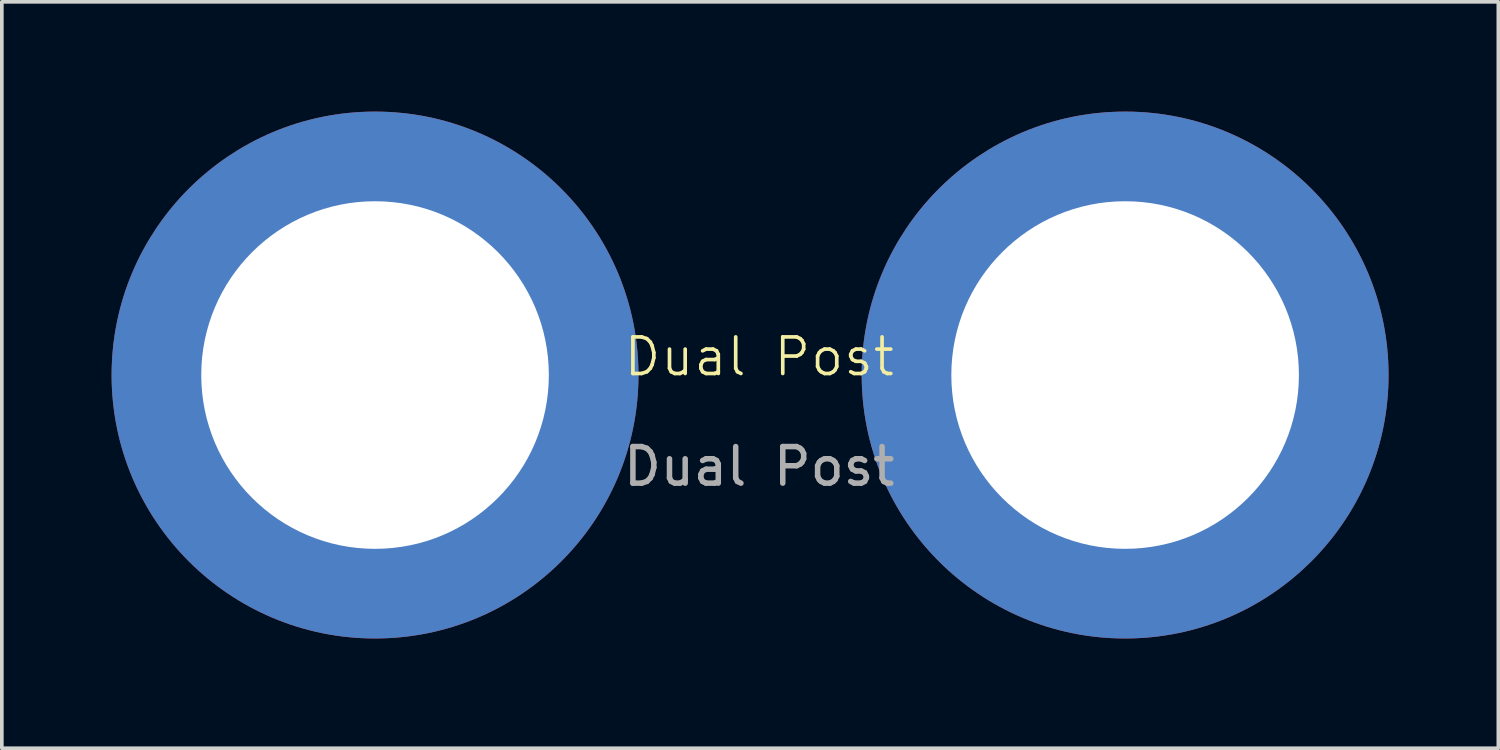
<source format=kicad_pcb>
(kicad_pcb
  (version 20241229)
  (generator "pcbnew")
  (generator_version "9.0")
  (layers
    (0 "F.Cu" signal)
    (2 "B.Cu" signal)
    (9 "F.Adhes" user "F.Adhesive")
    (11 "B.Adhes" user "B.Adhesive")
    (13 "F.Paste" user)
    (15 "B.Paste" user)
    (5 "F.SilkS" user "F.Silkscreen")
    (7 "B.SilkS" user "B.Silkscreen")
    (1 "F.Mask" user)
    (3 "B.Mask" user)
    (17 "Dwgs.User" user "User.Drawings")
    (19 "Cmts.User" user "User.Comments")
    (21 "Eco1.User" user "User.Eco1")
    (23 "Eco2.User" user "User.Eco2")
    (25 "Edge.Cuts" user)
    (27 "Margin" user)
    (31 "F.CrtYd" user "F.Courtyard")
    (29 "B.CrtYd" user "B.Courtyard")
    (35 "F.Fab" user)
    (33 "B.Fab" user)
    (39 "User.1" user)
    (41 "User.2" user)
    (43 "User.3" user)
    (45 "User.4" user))
  (footprint "Dual Post"
    (layer "F.Cu")
    (at 17.7 7.2)
    (property "Reference" "Dual Post" (at 0 -0.5 0) (unlocked yes) (layer "F.SilkS") (effects (font (size 1 1) (thickness 0.1))))
    (attr smd)
    (fp_text user "${REFERENCE}" (at 0 2.5 0) (unlocked yes) (layer "F.Fab") (effects (font (size 1 1) (thickness 0.15))))
    (pad "1" thru_hole circle (at -10.5 0) (size 14.4 14.4) (drill 9.5) (layers "*.Cu" "*.Mask"))
    (pad "2" thru_hole circle (at 10 0) (size 14.4 14.4) (drill 9.5) (layers "*.Cu" "*.Mask")))
  (gr_rect
    (start -3 -3)
    (end 37.9 17.4)
    (stroke (width 0.1) (type default))
    (fill no)
    (layer "Edge.Cuts")))
</source>
